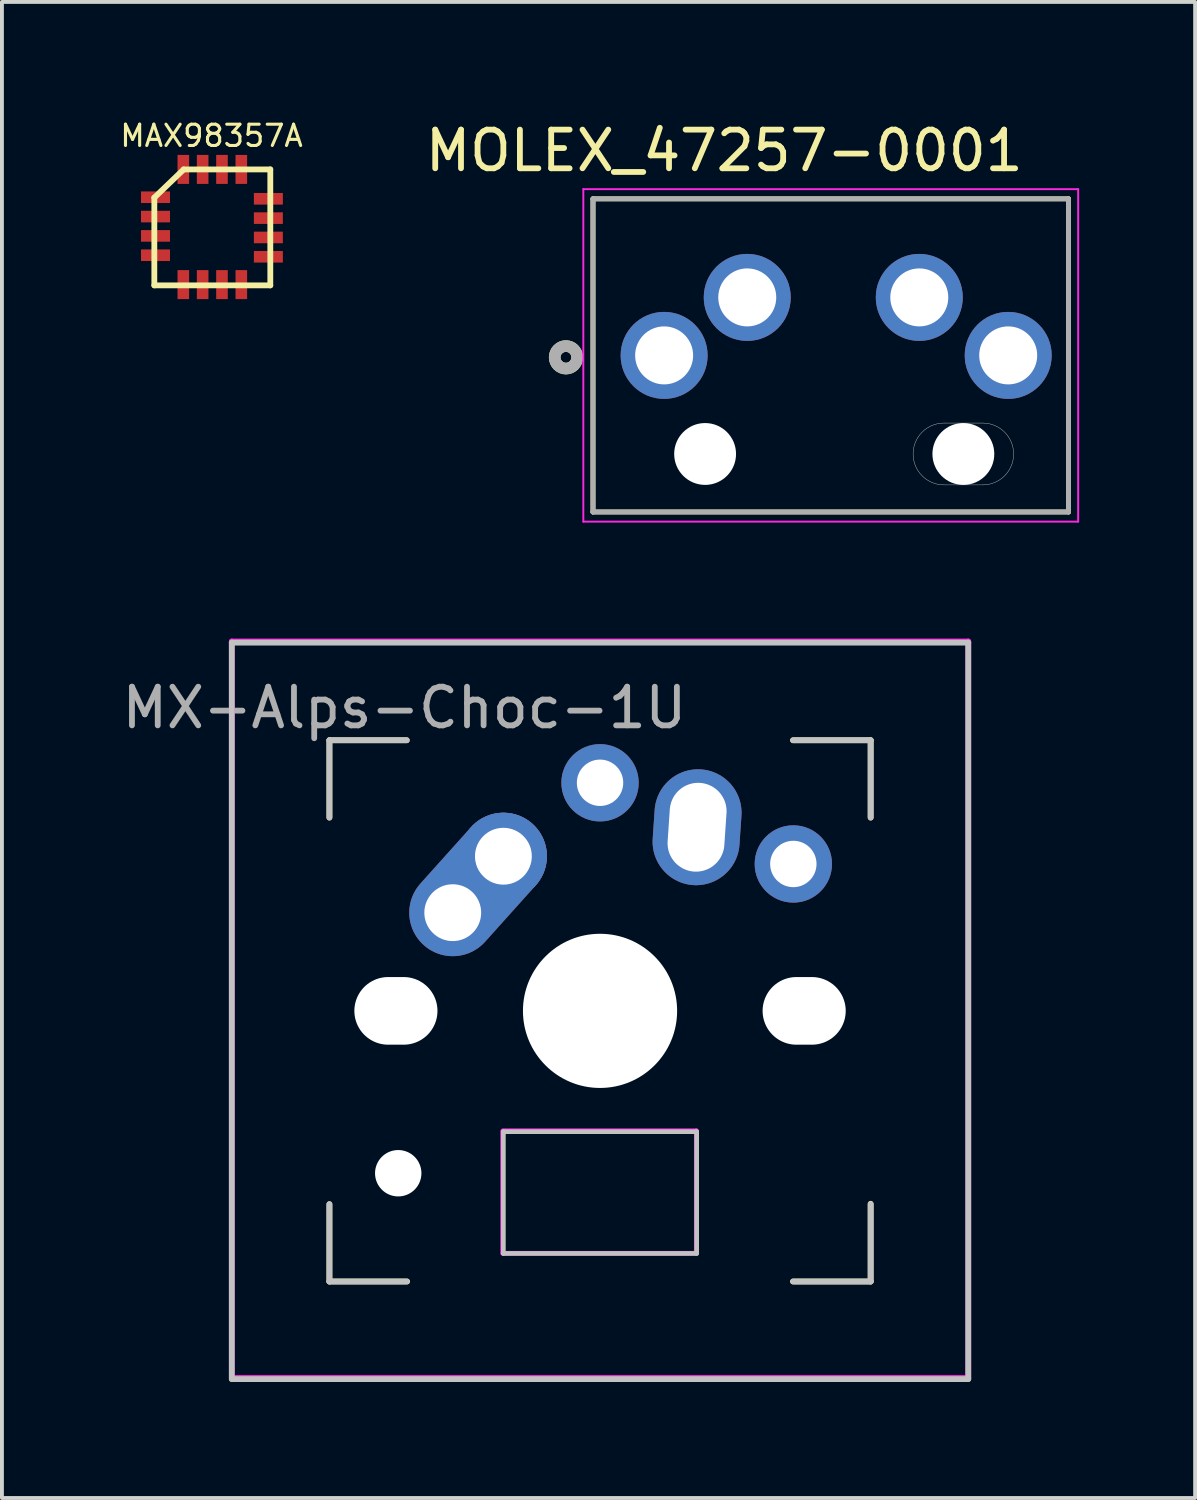
<source format=kicad_pcb>
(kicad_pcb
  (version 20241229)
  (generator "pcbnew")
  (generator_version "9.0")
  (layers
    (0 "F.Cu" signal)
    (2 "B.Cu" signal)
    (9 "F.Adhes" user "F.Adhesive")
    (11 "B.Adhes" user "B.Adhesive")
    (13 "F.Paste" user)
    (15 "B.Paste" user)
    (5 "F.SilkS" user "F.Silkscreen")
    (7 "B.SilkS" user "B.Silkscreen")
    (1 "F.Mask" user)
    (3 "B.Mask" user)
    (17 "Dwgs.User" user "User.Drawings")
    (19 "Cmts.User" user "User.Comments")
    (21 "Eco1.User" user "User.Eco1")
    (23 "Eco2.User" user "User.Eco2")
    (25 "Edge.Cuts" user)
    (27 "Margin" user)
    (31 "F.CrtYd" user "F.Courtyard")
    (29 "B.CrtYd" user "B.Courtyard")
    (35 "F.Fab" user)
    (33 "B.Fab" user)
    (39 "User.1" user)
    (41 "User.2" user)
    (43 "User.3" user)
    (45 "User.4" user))
  (footprint "MOLEX_47257-0001"
    (layer "F.Cu")
    (at 14.129 6.143)
    (property "Reference" "MOLEX_47257-0001" (at 1.555 -5.295 0) (layer "F.SilkS") (effects (font (size 1 1) (thickness 0.15))))
    (attr through_hole)
    (fp_line (start -1.84 -4.05) (end -1.84 4.05) (stroke (width 0.127) (type solid)) (layer "F.SilkS"))
    (fp_line (start -1.84 4.05) (end 10.46 4.05) (stroke (width 0.127) (type solid)) (layer "F.SilkS"))
    (fp_line (start 10.46 -4.05) (end -1.84 -4.05) (stroke (width 0.127) (type solid)) (layer "F.SilkS"))
    (fp_line (start 10.46 4.05) (end 10.46 -4.05) (stroke (width 0.127) (type solid)) (layer "F.SilkS"))
    (fp_circle (center -2.54 0.05) (end -2.399 0.05) (stroke (width 0.3) (type solid)) (fill no) (layer "F.SilkS"))
    (fp_line (start 7.24 3.35) (end 8.24 3.35) (stroke (width 0.01) (type solid)) (layer "Edge.Cuts"))
    (fp_line (start 8.24 1.75) (end 7.24 1.75) (stroke (width 0.01) (type solid)) (layer "Edge.Cuts"))
    (fp_arc (start 7.24 3.35) (mid 6.44 2.55) (end 7.24 1.75) (stroke (width 0.01) (type solid)) (layer "Edge.Cuts"))
    (fp_arc (start 8.24 1.75) (mid 9.04 2.55) (end 8.24 3.35) (stroke (width 0.01) (type solid)) (layer "Edge.Cuts"))
    (fp_line (start -2.09 -4.3) (end 10.71 -4.3) (stroke (width 0.05) (type solid)) (layer "F.CrtYd"))
    (fp_line (start -2.09 4.3) (end -2.09 -4.3) (stroke (width 0.05) (type solid)) (layer "F.CrtYd"))
    (fp_line (start 10.71 -4.3) (end 10.71 4.3) (stroke (width 0.05) (type solid)) (layer "F.CrtYd"))
    (fp_line (start 10.71 4.3) (end -2.09 4.3) (stroke (width 0.05) (type solid)) (layer "F.CrtYd"))
    (fp_line (start -1.84 -4.05) (end -1.84 4.05) (stroke (width 0.127) (type solid)) (layer "F.Fab"))
    (fp_line (start -1.84 4.05) (end 10.46 4.05) (stroke (width 0.127) (type solid)) (layer "F.Fab"))
    (fp_line (start 10.46 -4.05) (end -1.84 -4.05) (stroke (width 0.127) (type solid)) (layer "F.Fab"))
    (fp_line (start 10.46 4.05) (end 10.46 -4.05) (stroke (width 0.127) (type solid)) (layer "F.Fab"))
    (fp_circle (center -2.54 0.05) (end -2.399 0.05) (stroke (width 0.3) (type solid)) (fill no) (layer "F.Fab"))
    (pad "" np_thru_hole circle (at 1.06 2.55) (size 1.6 1.6) (drill 1.6) (layers "*.Cu" "*.Mask"))
    (pad "" np_thru_hole circle (at 7.74 2.55) (size 1.6 1.6) (drill 1.6) (layers "*.Cu" "*.Mask"))
    (pad "1" thru_hole circle (at 0 0) (size 2.25 2.25) (drill 1.5) (layers "*.Cu" "*.Mask"))
    (pad "2" thru_hole circle (at 8.9 0) (size 2.25 2.25) (drill 1.5) (layers "*.Cu" "*.Mask"))
    (pad "3" thru_hole circle (at 2.15 -1.5) (size 2.25 2.25) (drill 1.5) (layers "*.Cu" "*.Mask"))
    (pad "4" thru_hole circle (at 6.6 -1.5) (size 2.25 2.25) (drill 1.5) (layers "*.Cu" "*.Mask")))
  (footprint "MX-Alps-Choc-1U"
    (layer "F.Cu")
    (at 12.471 23.098)
    (property "Reference" "MX-Alps-Choc-1U" (at -5.06 -7.84 0) (layer "F.Fab") (effects (font (size 1 1) (thickness 0.15))))
    (attr through_hole)
    (fp_line (start -7 -7) (end -5 -7) (stroke (width 0.15) (type solid)) (layer "F.SilkS"))
    (fp_line (start -7 -5) (end -7 -7) (stroke (width 0.15) (type solid)) (layer "F.SilkS"))
    (fp_line (start -7 7) (end -7 5) (stroke (width 0.15) (type solid)) (layer "F.SilkS"))
    (fp_line (start -4.99 7) (end -7 7) (stroke (width 0.15) (type solid)) (layer "F.SilkS"))
    (fp_line (start 4.99 -7) (end 7 -7) (stroke (width 0.15) (type solid)) (layer "F.SilkS"))
    (fp_line (start 7 -7) (end 7 -5) (stroke (width 0.15) (type solid)) (layer "F.SilkS"))
    (fp_line (start 7 4.99) (end 7 7) (stroke (width 0.15) (type solid)) (layer "F.SilkS"))
    (fp_line (start 7 7) (end 4.99 7) (stroke (width 0.15) (type solid)) (layer "F.SilkS"))
    (fp_line (start -9.525 -9.525) (end 9.525 -9.525) (stroke (width 0.15) (type solid)) (layer "Dwgs.User"))
    (fp_line (start -9.525 9.525) (end -9.525 -9.525) (stroke (width 0.15) (type solid)) (layer "Dwgs.User"))
    (fp_line (start -7 -7) (end -7 -5) (stroke (width 0.15) (type solid)) (layer "Dwgs.User"))
    (fp_line (start -7 5) (end -7 7) (stroke (width 0.15) (type solid)) (layer "Dwgs.User"))
    (fp_line (start -7 7) (end -5 7) (stroke (width 0.15) (type solid)) (layer "Dwgs.User"))
    (fp_line (start -5 -7) (end -7 -7) (stroke (width 0.15) (type solid)) (layer "Dwgs.User"))
    (fp_line (start -2.5 3.125) (end -2.5 6.275) (stroke (width 0.12) (type solid)) (layer "Dwgs.User"))
    (fp_line (start -2.5 6.275) (end 2.5 6.275) (stroke (width 0.12) (type solid)) (layer "Dwgs.User"))
    (fp_line (start 2.5 3.125) (end -2.5 3.125) (stroke (width 0.12) (type solid)) (layer "Dwgs.User"))
    (fp_line (start 2.5 6.275) (end 2.5 3.125) (stroke (width 0.12) (type solid)) (layer "Dwgs.User"))
    (fp_line (start 5 -7) (end 7 -7) (stroke (width 0.15) (type solid)) (layer "Dwgs.User"))
    (fp_line (start 5 7) (end 7 7) (stroke (width 0.15) (type solid)) (layer "Dwgs.User"))
    (fp_line (start 7 -7) (end 7 -5) (stroke (width 0.15) (type solid)) (layer "Dwgs.User"))
    (fp_line (start 7 7) (end 7 5) (stroke (width 0.15) (type solid)) (layer "Dwgs.User"))
    (fp_line (start 9.525 -9.525) (end 9.525 9.525) (stroke (width 0.15) (type solid)) (layer "Dwgs.User"))
    (fp_line (start 9.525 9.525) (end -9.525 9.525) (stroke (width 0.15) (type solid)) (layer "Dwgs.User"))
    (fp_line (start -9.525 -9.555) (end 9.525 -9.555) (stroke (width 0.15) (type solid)) (layer "F.CrtYd"))
    (fp_line (start -9.525 9.495) (end -9.525 -9.555) (stroke (width 0.15) (type solid)) (layer "F.CrtYd"))
    (fp_line (start -2.52 3.12) (end -2.52 6.27) (stroke (width 0.12) (type solid)) (layer "F.CrtYd"))
    (fp_line (start -2.51 6.27) (end 2.49 6.27) (stroke (width 0.12) (type solid)) (layer "F.CrtYd"))
    (fp_line (start 2.49 3.1) (end -2.51 3.1) (stroke (width 0.12) (type solid)) (layer "F.CrtYd"))
    (fp_line (start 2.49 6.25) (end 2.49 3.1) (stroke (width 0.12) (type solid)) (layer "F.CrtYd"))
    (fp_line (start 9.525 -9.555) (end 9.525 9.495) (stroke (width 0.15) (type solid)) (layer "F.CrtYd"))
    (fp_line (start 9.525 9.495) (end -9.525 9.495) (stroke (width 0.15) (type solid)) (layer "F.CrtYd"))
    (pad "" np_thru_hole oval (at -5.28 0 90) (size 1.75 2.15) (drill oval 1.75 2.15) (layers "*.Cu" "*.Mask"))
    (pad "" np_thru_hole circle (at -5.22 4.2 48.1) (size 1.2 1.2) (drill 1.2) (layers "*.Cu" "*.Mask"))
    (pad "" np_thru_hole circle (at 0 0) (size 3.988 3.988) (drill 3.988) (layers "*.Cu" "*.Mask"))
    (pad "" np_thru_hole oval (at 5.28 0 90) (size 1.75 2.15) (drill oval 1.75 2.15) (layers "*.Cu" "*.Mask"))
    (pad "1" thru_hole oval (at 2.51 -4.75 86.1) (size 3 2.25) (drill oval 2.3 1.47) (layers "*.Cu" "*.Mask"))
    (pad "1" thru_hole circle (at 5 -3.8) (size 2 2) (drill 1.2) (layers "*.Cu" "*.Mask"))
    (pad "2" thru_hole oval (at -3.81 -2.54 48.1) (size 4.212 2.25) (drill 1.47 (offset 0.981 0)) (layers "*.Cu" "*.Mask"))
    (pad "2" thru_hole circle (at -2.5 -4) (size 2.25 2.25) (drill 1.47) (layers "*.Cu" "*.Mask"))
    (pad "2" thru_hole circle (at 0 -5.9) (size 2 2) (drill 1.2) (layers "*.Cu" "*.Mask")))
  (footprint "MAX98357A"
    (layer "F.Cu")
    (at 1.142 2.062)
    (property "Reference" "MAX98357A" (at 1.28 -1.6 0) (layer "F.SilkS") (effects (font (size 0.55 0.55) (thickness 0.08))))
    (attr through_hole)
    (fp_line (start -0.2 0) (end -0.2 2.27) (stroke (width 0.15) (type solid)) (layer "F.SilkS"))
    (fp_line (start -0.2 2.27) (end 2.8 2.27) (stroke (width 0.15) (type solid)) (layer "F.SilkS"))
    (fp_line (start 0.56 -0.73) (end -0.2 0) (stroke (width 0.15) (type solid)) (layer "F.SilkS"))
    (fp_line (start 2.8 -0.73) (end 0.56 -0.73) (stroke (width 0.15) (type solid)) (layer "F.SilkS"))
    (fp_line (start 2.8 2.27) (end 2.8 -0.73) (stroke (width 0.15) (type solid)) (layer "F.SilkS"))
    (pad "1" smd rect (at -0.17 -0.01) (size 0.75 0.3) (layers "F.Cu" "F.Mask" "F.Paste"))
    (pad "2" smd rect (at -0.17 0.49) (size 0.75 0.3) (layers "F.Cu" "F.Mask" "F.Paste"))
    (pad "3" smd rect (at -0.17 0.99) (size 0.75 0.3) (layers "F.Cu" "F.Mask" "F.Paste"))
    (pad "3" smd rect (at 1.05 -0.73 90) (size 0.75 0.3) (layers "F.Cu" "F.Mask" "F.Paste"))
    (pad "3" smd rect (at 2.75 0.53 180) (size 0.75 0.3) (layers "F.Cu" "F.Mask" "F.Paste"))
    (pad "4" smd rect (at -0.17 1.49) (size 0.75 0.3) (layers "F.Cu" "F.Mask" "F.Paste"))
    (pad "5" smd rect (at 0.55 2.25 90) (size 0.75 0.3) (layers "F.Cu" "F.Mask" "F.Paste"))
    (pad "6" smd rect (at 1.05 2.25 90) (size 0.75 0.3) (layers "F.Cu" "F.Mask" "F.Paste"))
    (pad "7" smd rect (at 1.55 2.25 90) (size 0.75 0.3) (layers "F.Cu" "F.Mask" "F.Paste"))
    (pad "7" smd rect (at 2.05 2.25 90) (size 0.75 0.3) (layers "F.Cu" "F.Mask" "F.Paste"))
    (pad "9" smd rect (at 2.75 1.53 180) (size 0.75 0.3) (layers "F.Cu" "F.Mask" "F.Paste"))
    (pad "10" smd rect (at 2.75 1.03 180) (size 0.75 0.3) (layers "F.Cu" "F.Mask" "F.Paste"))
    (pad "12" smd rect (at 2.75 0.03 180) (size 0.75 0.3) (layers "F.Cu" "F.Mask" "F.Paste"))
    (pad "13" smd rect (at 2.05 -0.73 90) (size 0.75 0.3) (layers "F.Cu" "F.Mask" "F.Paste"))
    (pad "14" smd rect (at 1.55 -0.73 90) (size 0.75 0.3) (layers "F.Cu" "F.Mask" "F.Paste"))
    (pad "16" smd rect (at 0.55 -0.73 90) (size 0.75 0.3) (layers "F.Cu" "F.Mask" "F.Paste")))
  (gr_rect
    (start -3 -3)
    (end 27.864 35.698)
    (stroke (width 0.1) (type default))
    (fill no)
    (layer "Edge.Cuts")))
</source>
